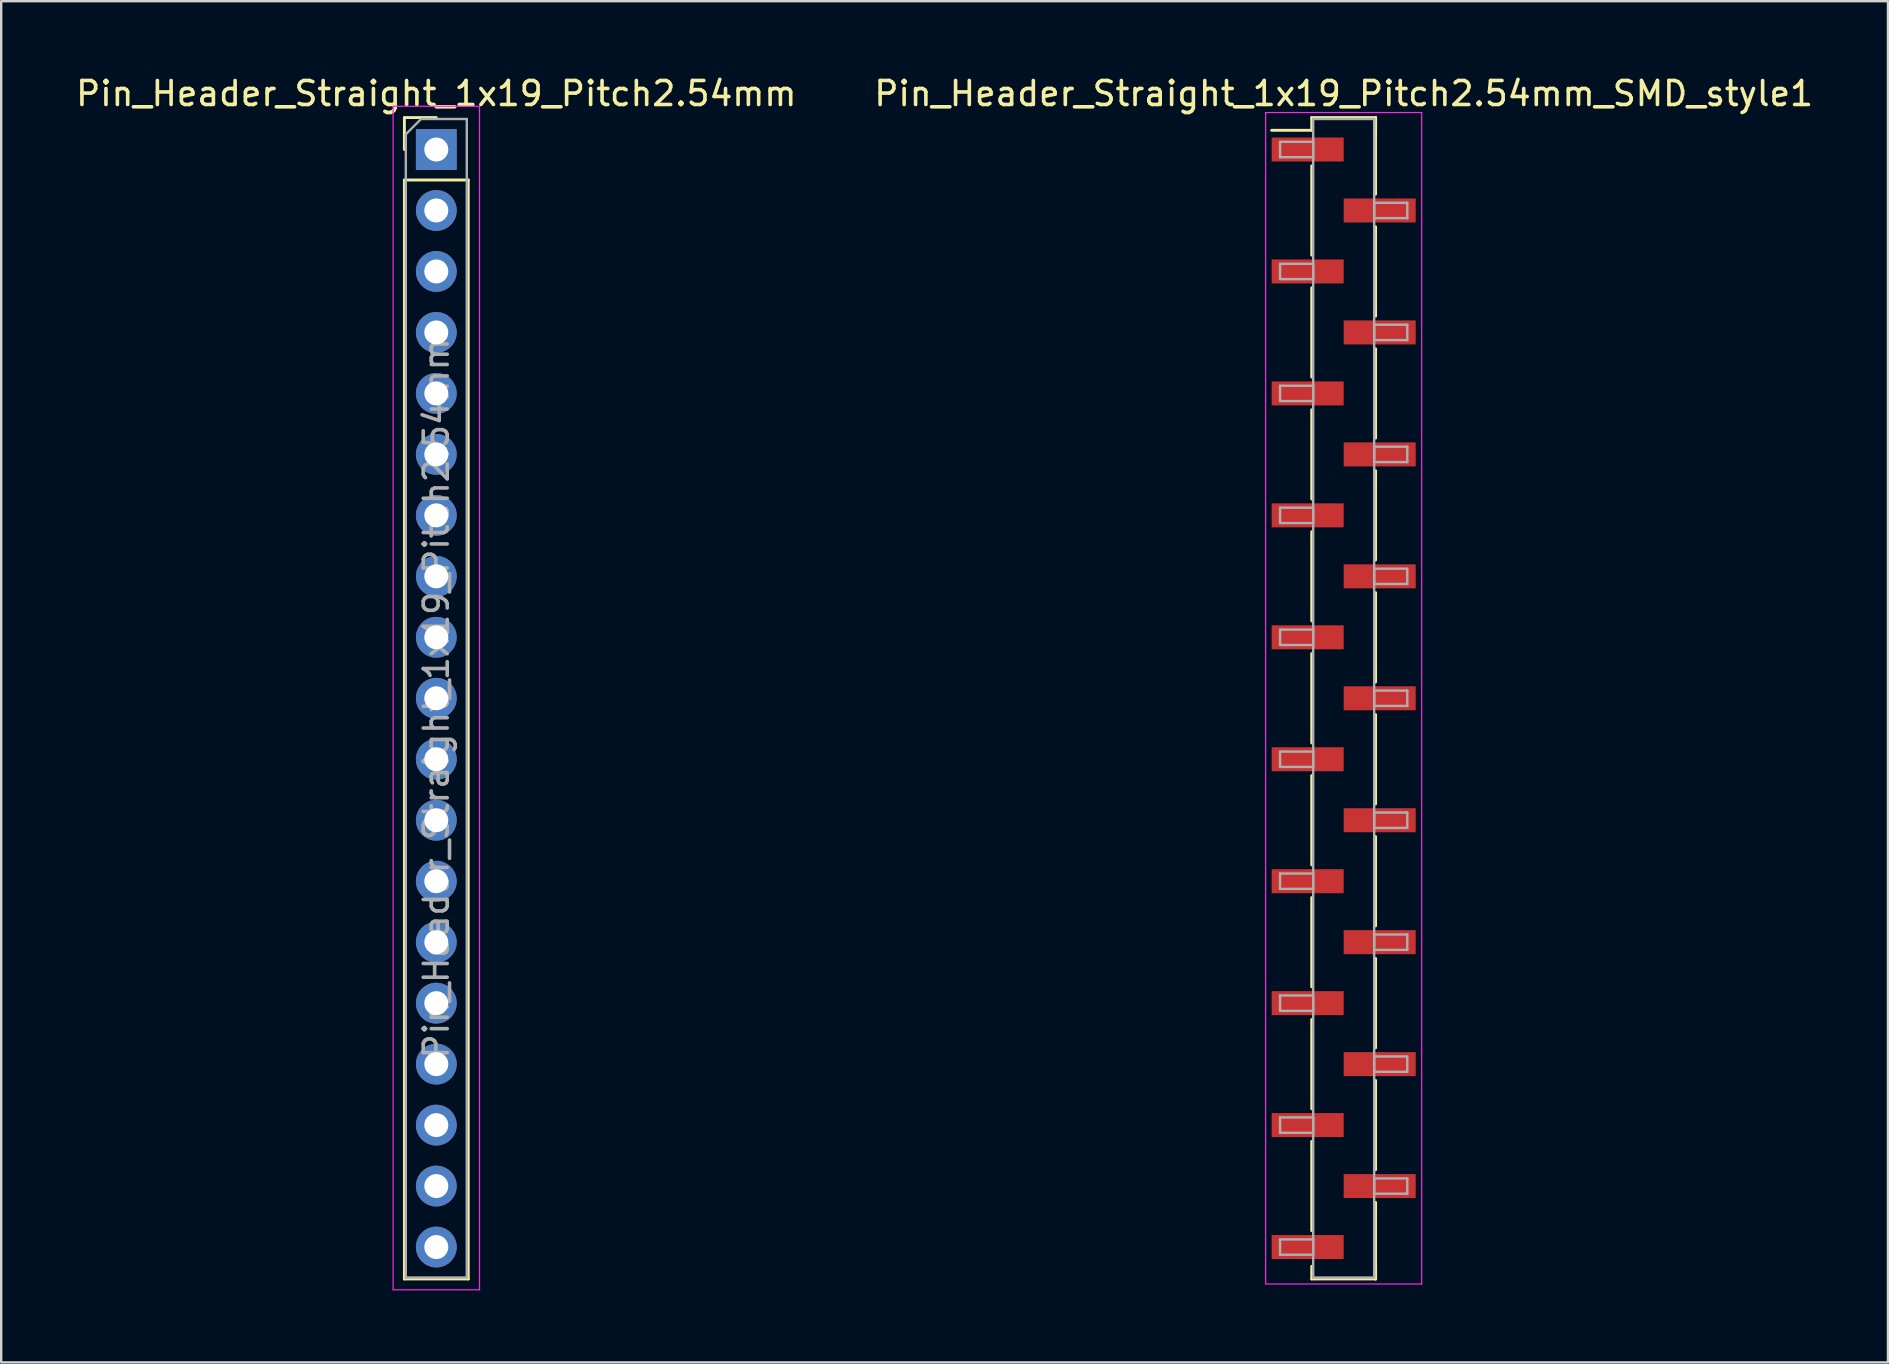
<source format=kicad_pcb>
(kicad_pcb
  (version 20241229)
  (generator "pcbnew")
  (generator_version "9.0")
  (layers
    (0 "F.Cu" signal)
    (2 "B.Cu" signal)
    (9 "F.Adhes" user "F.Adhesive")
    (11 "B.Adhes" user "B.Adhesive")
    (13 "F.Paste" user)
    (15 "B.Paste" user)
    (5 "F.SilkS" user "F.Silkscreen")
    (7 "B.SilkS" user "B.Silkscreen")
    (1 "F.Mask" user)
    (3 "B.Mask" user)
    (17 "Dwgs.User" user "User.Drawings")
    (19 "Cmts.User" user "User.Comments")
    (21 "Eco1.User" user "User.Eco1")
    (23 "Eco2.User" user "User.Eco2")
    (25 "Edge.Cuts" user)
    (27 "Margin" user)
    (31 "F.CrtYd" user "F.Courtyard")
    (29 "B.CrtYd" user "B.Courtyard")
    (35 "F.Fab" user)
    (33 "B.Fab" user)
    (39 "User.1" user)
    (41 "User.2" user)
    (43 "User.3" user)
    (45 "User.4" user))
  (footprint "Pin_Header_Straight_1x19_Pitch2.54mm_SMD_style1"
    (layer "F.Cu")
    (at 52.923 26.038)
    (property "Reference" "Pin_Header_Straight_1x19_Pitch2.54mm_SMD_style1" (at 0 -25.19 0) (layer "F.SilkS") (effects (font (size 1 1) (thickness 0.15))))
    (attr smd)
    (fp_line (start -1.33 -24.19) (end 1.33 -24.19) (stroke (width 0.12) (type solid)) (layer "F.SilkS"))
    (fp_line (start -1.33 -23.66) (end -3 -23.66) (stroke (width 0.12) (type solid)) (layer "F.SilkS"))
    (fp_line (start -1.33 -23.66) (end -1.33 -24.19) (stroke (width 0.12) (type solid)) (layer "F.SilkS"))
    (fp_line (start -1.33 -22.18) (end -1.33 -18.46) (stroke (width 0.12) (type solid)) (layer "F.SilkS"))
    (fp_line (start -1.33 -17.1) (end -1.33 -13.38) (stroke (width 0.12) (type solid)) (layer "F.SilkS"))
    (fp_line (start -1.33 -12.02) (end -1.33 -8.3) (stroke (width 0.12) (type solid)) (layer "F.SilkS"))
    (fp_line (start -1.33 -6.94) (end -1.33 -3.22) (stroke (width 0.12) (type solid)) (layer "F.SilkS"))
    (fp_line (start -1.33 -1.86) (end -1.33 1.86) (stroke (width 0.12) (type solid)) (layer "F.SilkS"))
    (fp_line (start -1.33 3.22) (end -1.33 6.94) (stroke (width 0.12) (type solid)) (layer "F.SilkS"))
    (fp_line (start -1.33 8.3) (end -1.33 12.02) (stroke (width 0.12) (type solid)) (layer "F.SilkS"))
    (fp_line (start -1.33 13.38) (end -1.33 17.1) (stroke (width 0.12) (type solid)) (layer "F.SilkS"))
    (fp_line (start -1.33 18.46) (end -1.33 22.18) (stroke (width 0.12) (type solid)) (layer "F.SilkS"))
    (fp_line (start -1.33 23.66) (end -1.33 24.19) (stroke (width 0.12) (type solid)) (layer "F.SilkS"))
    (fp_line (start -1.33 24.19) (end 1.33 24.19) (stroke (width 0.12) (type solid)) (layer "F.SilkS"))
    (fp_line (start 1.33 -24.19) (end 1.33 -23.66) (stroke (width 0.12) (type solid)) (layer "F.SilkS"))
    (fp_line (start 1.33 -24.19) (end 1.33 -21) (stroke (width 0.12) (type solid)) (layer "F.SilkS"))
    (fp_line (start 1.33 -19.64) (end 1.33 -15.92) (stroke (width 0.12) (type solid)) (layer "F.SilkS"))
    (fp_line (start 1.33 -14.56) (end 1.33 -10.84) (stroke (width 0.12) (type solid)) (layer "F.SilkS"))
    (fp_line (start 1.33 -9.48) (end 1.33 -5.76) (stroke (width 0.12) (type solid)) (layer "F.SilkS"))
    (fp_line (start 1.33 -4.4) (end 1.33 -0.68) (stroke (width 0.12) (type solid)) (layer "F.SilkS"))
    (fp_line (start 1.33 0.68) (end 1.33 4.4) (stroke (width 0.12) (type solid)) (layer "F.SilkS"))
    (fp_line (start 1.33 5.76) (end 1.33 9.48) (stroke (width 0.12) (type solid)) (layer "F.SilkS"))
    (fp_line (start 1.33 10.84) (end 1.33 14.56) (stroke (width 0.12) (type solid)) (layer "F.SilkS"))
    (fp_line (start 1.33 15.92) (end 1.33 19.64) (stroke (width 0.12) (type solid)) (layer "F.SilkS"))
    (fp_line (start 1.33 21) (end 1.33 24.19) (stroke (width 0.12) (type solid)) (layer "F.SilkS"))
    (fp_line (start 1.33 24.19) (end 1.33 23.66) (stroke (width 0.12) (type solid)) (layer "F.SilkS"))
    (fp_line (start -3.25 -24.4) (end -3.25 24.4) (stroke (width 0.05) (type solid)) (layer "F.CrtYd"))
    (fp_line (start -3.25 24.4) (end 3.25 24.4) (stroke (width 0.05) (type solid)) (layer "F.CrtYd"))
    (fp_line (start 3.25 -24.4) (end -3.25 -24.4) (stroke (width 0.05) (type solid)) (layer "F.CrtYd"))
    (fp_line (start 3.25 24.4) (end 3.25 -24.4) (stroke (width 0.05) (type solid)) (layer "F.CrtYd"))
    (fp_line (start -2.65 -23.18) (end -1.27 -23.18) (stroke (width 0.1) (type solid)) (layer "F.Fab"))
    (fp_line (start -2.65 -22.54) (end -2.65 -23.18) (stroke (width 0.1) (type solid)) (layer "F.Fab"))
    (fp_line (start -2.65 -18.1) (end -1.27 -18.1) (stroke (width 0.1) (type solid)) (layer "F.Fab"))
    (fp_line (start -2.65 -17.46) (end -2.65 -18.1) (stroke (width 0.1) (type solid)) (layer "F.Fab"))
    (fp_line (start -2.65 -13.02) (end -1.27 -13.02) (stroke (width 0.1) (type solid)) (layer "F.Fab"))
    (fp_line (start -2.65 -12.38) (end -2.65 -13.02) (stroke (width 0.1) (type solid)) (layer "F.Fab"))
    (fp_line (start -2.65 -7.94) (end -1.27 -7.94) (stroke (width 0.1) (type solid)) (layer "F.Fab"))
    (fp_line (start -2.65 -7.3) (end -2.65 -7.94) (stroke (width 0.1) (type solid)) (layer "F.Fab"))
    (fp_line (start -2.65 -2.86) (end -1.27 -2.86) (stroke (width 0.1) (type solid)) (layer "F.Fab"))
    (fp_line (start -2.65 -2.22) (end -2.65 -2.86) (stroke (width 0.1) (type solid)) (layer "F.Fab"))
    (fp_line (start -2.65 2.22) (end -1.27 2.22) (stroke (width 0.1) (type solid)) (layer "F.Fab"))
    (fp_line (start -2.65 2.86) (end -2.65 2.22) (stroke (width 0.1) (type solid)) (layer "F.Fab"))
    (fp_line (start -2.65 7.3) (end -1.27 7.3) (stroke (width 0.1) (type solid)) (layer "F.Fab"))
    (fp_line (start -2.65 7.94) (end -2.65 7.3) (stroke (width 0.1) (type solid)) (layer "F.Fab"))
    (fp_line (start -2.65 12.38) (end -1.27 12.38) (stroke (width 0.1) (type solid)) (layer "F.Fab"))
    (fp_line (start -2.65 13.02) (end -2.65 12.38) (stroke (width 0.1) (type solid)) (layer "F.Fab"))
    (fp_line (start -2.65 17.46) (end -1.27 17.46) (stroke (width 0.1) (type solid)) (layer "F.Fab"))
    (fp_line (start -2.65 18.1) (end -2.65 17.46) (stroke (width 0.1) (type solid)) (layer "F.Fab"))
    (fp_line (start -2.65 22.54) (end -1.27 22.54) (stroke (width 0.1) (type solid)) (layer "F.Fab"))
    (fp_line (start -2.65 23.18) (end -2.65 22.54) (stroke (width 0.1) (type solid)) (layer "F.Fab"))
    (fp_line (start -1.27 -24.13) (end -1.27 24.13) (stroke (width 0.1) (type solid)) (layer "F.Fab"))
    (fp_line (start -1.27 -23.18) (end -1.27 -22.54) (stroke (width 0.1) (type solid)) (layer "F.Fab"))
    (fp_line (start -1.27 -22.54) (end -2.65 -22.54) (stroke (width 0.1) (type solid)) (layer "F.Fab"))
    (fp_line (start -1.27 -18.1) (end -1.27 -17.46) (stroke (width 0.1) (type solid)) (layer "F.Fab"))
    (fp_line (start -1.27 -17.46) (end -2.65 -17.46) (stroke (width 0.1) (type solid)) (layer "F.Fab"))
    (fp_line (start -1.27 -13.02) (end -1.27 -12.38) (stroke (width 0.1) (type solid)) (layer "F.Fab"))
    (fp_line (start -1.27 -12.38) (end -2.65 -12.38) (stroke (width 0.1) (type solid)) (layer "F.Fab"))
    (fp_line (start -1.27 -7.94) (end -1.27 -7.3) (stroke (width 0.1) (type solid)) (layer "F.Fab"))
    (fp_line (start -1.27 -7.3) (end -2.65 -7.3) (stroke (width 0.1) (type solid)) (layer "F.Fab"))
    (fp_line (start -1.27 -2.86) (end -1.27 -2.22) (stroke (width 0.1) (type solid)) (layer "F.Fab"))
    (fp_line (start -1.27 -2.22) (end -2.65 -2.22) (stroke (width 0.1) (type solid)) (layer "F.Fab"))
    (fp_line (start -1.27 2.22) (end -1.27 2.86) (stroke (width 0.1) (type solid)) (layer "F.Fab"))
    (fp_line (start -1.27 2.86) (end -2.65 2.86) (stroke (width 0.1) (type solid)) (layer "F.Fab"))
    (fp_line (start -1.27 7.3) (end -1.27 7.94) (stroke (width 0.1) (type solid)) (layer "F.Fab"))
    (fp_line (start -1.27 7.94) (end -2.65 7.94) (stroke (width 0.1) (type solid)) (layer "F.Fab"))
    (fp_line (start -1.27 12.38) (end -1.27 13.02) (stroke (width 0.1) (type solid)) (layer "F.Fab"))
    (fp_line (start -1.27 13.02) (end -2.65 13.02) (stroke (width 0.1) (type solid)) (layer "F.Fab"))
    (fp_line (start -1.27 17.46) (end -1.27 18.1) (stroke (width 0.1) (type solid)) (layer "F.Fab"))
    (fp_line (start -1.27 18.1) (end -2.65 18.1) (stroke (width 0.1) (type solid)) (layer "F.Fab"))
    (fp_line (start -1.27 22.54) (end -1.27 23.18) (stroke (width 0.1) (type solid)) (layer "F.Fab"))
    (fp_line (start -1.27 23.18) (end -2.65 23.18) (stroke (width 0.1) (type solid)) (layer "F.Fab"))
    (fp_line (start -1.27 24.13) (end 1.27 24.13) (stroke (width 0.1) (type solid)) (layer "F.Fab"))
    (fp_line (start 1.27 -24.13) (end -1.27 -24.13) (stroke (width 0.1) (type solid)) (layer "F.Fab"))
    (fp_line (start 1.27 -20.64) (end 1.27 -20) (stroke (width 0.1) (type solid)) (layer "F.Fab"))
    (fp_line (start 1.27 -20) (end 2.65 -20) (stroke (width 0.1) (type solid)) (layer "F.Fab"))
    (fp_line (start 1.27 -15.56) (end 1.27 -14.92) (stroke (width 0.1) (type solid)) (layer "F.Fab"))
    (fp_line (start 1.27 -14.92) (end 2.65 -14.92) (stroke (width 0.1) (type solid)) (layer "F.Fab"))
    (fp_line (start 1.27 -10.48) (end 1.27 -9.84) (stroke (width 0.1) (type solid)) (layer "F.Fab"))
    (fp_line (start 1.27 -9.84) (end 2.65 -9.84) (stroke (width 0.1) (type solid)) (layer "F.Fab"))
    (fp_line (start 1.27 -5.4) (end 1.27 -4.76) (stroke (width 0.1) (type solid)) (layer "F.Fab"))
    (fp_line (start 1.27 -4.76) (end 2.65 -4.76) (stroke (width 0.1) (type solid)) (layer "F.Fab"))
    (fp_line (start 1.27 -0.32) (end 1.27 0.32) (stroke (width 0.1) (type solid)) (layer "F.Fab"))
    (fp_line (start 1.27 0.32) (end 2.65 0.32) (stroke (width 0.1) (type solid)) (layer "F.Fab"))
    (fp_line (start 1.27 4.76) (end 1.27 5.4) (stroke (width 0.1) (type solid)) (layer "F.Fab"))
    (fp_line (start 1.27 5.4) (end 2.65 5.4) (stroke (width 0.1) (type solid)) (layer "F.Fab"))
    (fp_line (start 1.27 9.84) (end 1.27 10.48) (stroke (width 0.1) (type solid)) (layer "F.Fab"))
    (fp_line (start 1.27 10.48) (end 2.65 10.48) (stroke (width 0.1) (type solid)) (layer "F.Fab"))
    (fp_line (start 1.27 14.92) (end 1.27 15.56) (stroke (width 0.1) (type solid)) (layer "F.Fab"))
    (fp_line (start 1.27 15.56) (end 2.65 15.56) (stroke (width 0.1) (type solid)) (layer "F.Fab"))
    (fp_line (start 1.27 20) (end 1.27 20.64) (stroke (width 0.1) (type solid)) (layer "F.Fab"))
    (fp_line (start 1.27 20.64) (end 2.65 20.64) (stroke (width 0.1) (type solid)) (layer "F.Fab"))
    (fp_line (start 1.27 24.13) (end 1.27 -24.13) (stroke (width 0.1) (type solid)) (layer "F.Fab"))
    (fp_line (start 2.65 -20.64) (end 1.27 -20.64) (stroke (width 0.1) (type solid)) (layer "F.Fab"))
    (fp_line (start 2.65 -20) (end 2.65 -20.64) (stroke (width 0.1) (type solid)) (layer "F.Fab"))
    (fp_line (start 2.65 -15.56) (end 1.27 -15.56) (stroke (width 0.1) (type solid)) (layer "F.Fab"))
    (fp_line (start 2.65 -14.92) (end 2.65 -15.56) (stroke (width 0.1) (type solid)) (layer "F.Fab"))
    (fp_line (start 2.65 -10.48) (end 1.27 -10.48) (stroke (width 0.1) (type solid)) (layer "F.Fab"))
    (fp_line (start 2.65 -9.84) (end 2.65 -10.48) (stroke (width 0.1) (type solid)) (layer "F.Fab"))
    (fp_line (start 2.65 -5.4) (end 1.27 -5.4) (stroke (width 0.1) (type solid)) (layer "F.Fab"))
    (fp_line (start 2.65 -4.76) (end 2.65 -5.4) (stroke (width 0.1) (type solid)) (layer "F.Fab"))
    (fp_line (start 2.65 -0.32) (end 1.27 -0.32) (stroke (width 0.1) (type solid)) (layer "F.Fab"))
    (fp_line (start 2.65 0.32) (end 2.65 -0.32) (stroke (width 0.1) (type solid)) (layer "F.Fab"))
    (fp_line (start 2.65 4.76) (end 1.27 4.76) (stroke (width 0.1) (type solid)) (layer "F.Fab"))
    (fp_line (start 2.65 5.4) (end 2.65 4.76) (stroke (width 0.1) (type solid)) (layer "F.Fab"))
    (fp_line (start 2.65 9.84) (end 1.27 9.84) (stroke (width 0.1) (type solid)) (layer "F.Fab"))
    (fp_line (start 2.65 10.48) (end 2.65 9.84) (stroke (width 0.1) (type solid)) (layer "F.Fab"))
    (fp_line (start 2.65 14.92) (end 1.27 14.92) (stroke (width 0.1) (type solid)) (layer "F.Fab"))
    (fp_line (start 2.65 15.56) (end 2.65 14.92) (stroke (width 0.1) (type solid)) (layer "F.Fab"))
    (fp_line (start 2.65 20) (end 1.27 20) (stroke (width 0.1) (type solid)) (layer "F.Fab"))
    (fp_line (start 2.65 20.64) (end 2.65 20) (stroke (width 0.1) (type solid)) (layer "F.Fab"))
    (pad "1" smd rect (at -1.5 -22.86) (size 3 1) (layers "F.Cu" "F.Mask"))
    (pad "2" smd rect (at 1.5 -20.32) (size 3 1) (layers "F.Cu" "F.Mask"))
    (pad "3" smd rect (at -1.5 -17.78) (size 3 1) (layers "F.Cu" "F.Mask"))
    (pad "4" smd rect (at 1.5 -15.24) (size 3 1) (layers "F.Cu" "F.Mask"))
    (pad "5" smd rect (at -1.5 -12.7) (size 3 1) (layers "F.Cu" "F.Mask"))
    (pad "6" smd rect (at 1.5 -10.16) (size 3 1) (layers "F.Cu" "F.Mask"))
    (pad "7" smd rect (at -1.5 -7.62) (size 3 1) (layers "F.Cu" "F.Mask"))
    (pad "8" smd rect (at 1.5 -5.08) (size 3 1) (layers "F.Cu" "F.Mask"))
    (pad "9" smd rect (at -1.5 -2.54) (size 3 1) (layers "F.Cu" "F.Mask"))
    (pad "10" smd rect (at 1.5 0) (size 3 1) (layers "F.Cu" "F.Mask"))
    (pad "11" smd rect (at -1.5 2.54) (size 3 1) (layers "F.Cu" "F.Mask"))
    (pad "12" smd rect (at 1.5 5.08) (size 3 1) (layers "F.Cu" "F.Mask"))
    (pad "13" smd rect (at -1.5 7.62) (size 3 1) (layers "F.Cu" "F.Mask"))
    (pad "14" smd rect (at 1.5 10.16) (size 3 1) (layers "F.Cu" "F.Mask"))
    (pad "15" smd rect (at -1.5 12.7) (size 3 1) (layers "F.Cu" "F.Mask"))
    (pad "16" smd rect (at 1.5 15.24) (size 3 1) (layers "F.Cu" "F.Mask"))
    (pad "17" smd rect (at -1.5 17.78) (size 3 1) (layers "F.Cu" "F.Mask"))
    (pad "18" smd rect (at 1.5 20.32) (size 3 1) (layers "F.Cu" "F.Mask"))
    (pad "19" smd rect (at -1.5 22.86) (size 3 1) (layers "F.Cu" "F.Mask")))
  (footprint "Pin_Header_Straight_1x19_Pitch2.54mm"
    (layer "F.Cu")
    (at 15.125 3.178)
    (property "Reference" "Pin_Header_Straight_1x19_Pitch2.54mm" (at 0 -2.33 0) (layer "F.SilkS") (effects (font (size 1 1) (thickness 0.15))))
    (attr through_hole)
    (fp_line (start -1.33 -1.33) (end 0 -1.33) (stroke (width 0.12) (type solid)) (layer "F.SilkS"))
    (fp_line (start -1.33 0) (end -1.33 -1.33) (stroke (width 0.12) (type solid)) (layer "F.SilkS"))
    (fp_line (start -1.33 1.27) (end -1.33 47.05) (stroke (width 0.12) (type solid)) (layer "F.SilkS"))
    (fp_line (start -1.33 47.05) (end 1.33 47.05) (stroke (width 0.12) (type solid)) (layer "F.SilkS"))
    (fp_line (start 1.33 1.27) (end -1.33 1.27) (stroke (width 0.12) (type solid)) (layer "F.SilkS"))
    (fp_line (start 1.33 47.05) (end 1.33 1.27) (stroke (width 0.12) (type solid)) (layer "F.SilkS"))
    (fp_line (start -1.8 -1.8) (end -1.8 47.5) (stroke (width 0.05) (type solid)) (layer "F.CrtYd"))
    (fp_line (start -1.8 47.5) (end 1.8 47.5) (stroke (width 0.05) (type solid)) (layer "F.CrtYd"))
    (fp_line (start 1.8 -1.8) (end -1.8 -1.8) (stroke (width 0.05) (type solid)) (layer "F.CrtYd"))
    (fp_line (start 1.8 47.5) (end 1.8 -1.8) (stroke (width 0.05) (type solid)) (layer "F.CrtYd"))
    (fp_line (start -1.27 -0.635) (end -0.635 -1.27) (stroke (width 0.1) (type solid)) (layer "F.Fab"))
    (fp_line (start -1.27 46.99) (end -1.27 -0.635) (stroke (width 0.1) (type solid)) (layer "F.Fab"))
    (fp_line (start -0.635 -1.27) (end 1.27 -1.27) (stroke (width 0.1) (type solid)) (layer "F.Fab"))
    (fp_line (start 1.27 -1.27) (end 1.27 46.99) (stroke (width 0.1) (type solid)) (layer "F.Fab"))
    (fp_line (start 1.27 46.99) (end -1.27 46.99) (stroke (width 0.1) (type solid)) (layer "F.Fab"))
    (fp_text user "${REFERENCE}" (at 0 22.86 90) (layer "F.Fab") (effects (font (size 1 1) (thickness 0.15))))
    (pad "1" thru_hole rect (at 0 0) (size 1.7 1.7) (drill 1) (layers "*.Cu" "*.Mask"))
    (pad "2" thru_hole oval (at 0 2.54) (size 1.7 1.7) (drill 1) (layers "*.Cu" "*.Mask"))
    (pad "3" thru_hole oval (at 0 5.08) (size 1.7 1.7) (drill 1) (layers "*.Cu" "*.Mask"))
    (pad "4" thru_hole oval (at 0 7.62) (size 1.7 1.7) (drill 1) (layers "*.Cu" "*.Mask"))
    (pad "5" thru_hole oval (at 0 10.16) (size 1.7 1.7) (drill 1) (layers "*.Cu" "*.Mask"))
    (pad "6" thru_hole oval (at 0 12.7) (size 1.7 1.7) (drill 1) (layers "*.Cu" "*.Mask"))
    (pad "7" thru_hole oval (at 0 15.24) (size 1.7 1.7) (drill 1) (layers "*.Cu" "*.Mask"))
    (pad "8" thru_hole oval (at 0 17.78) (size 1.7 1.7) (drill 1) (layers "*.Cu" "*.Mask"))
    (pad "9" thru_hole oval (at 0 20.32) (size 1.7 1.7) (drill 1) (layers "*.Cu" "*.Mask"))
    (pad "10" thru_hole oval (at 0 22.86) (size 1.7 1.7) (drill 1) (layers "*.Cu" "*.Mask"))
    (pad "11" thru_hole oval (at 0 25.4) (size 1.7 1.7) (drill 1) (layers "*.Cu" "*.Mask"))
    (pad "12" thru_hole oval (at 0 27.94) (size 1.7 1.7) (drill 1) (layers "*.Cu" "*.Mask"))
    (pad "13" thru_hole oval (at 0 30.48) (size 1.7 1.7) (drill 1) (layers "*.Cu" "*.Mask"))
    (pad "14" thru_hole oval (at 0 33.02) (size 1.7 1.7) (drill 1) (layers "*.Cu" "*.Mask"))
    (pad "15" thru_hole oval (at 0 35.56) (size 1.7 1.7) (drill 1) (layers "*.Cu" "*.Mask"))
    (pad "16" thru_hole oval (at 0 38.1) (size 1.7 1.7) (drill 1) (layers "*.Cu" "*.Mask"))
    (pad "17" thru_hole oval (at 0 40.64) (size 1.7 1.7) (drill 1) (layers "*.Cu" "*.Mask"))
    (pad "18" thru_hole oval (at 0 43.18) (size 1.7 1.7) (drill 1) (layers "*.Cu" "*.Mask"))
    (pad "19" thru_hole oval (at 0 45.72) (size 1.7 1.7) (drill 1) (layers "*.Cu" "*.Mask")))
  (gr_rect
    (start -3 -3)
    (end 75.595 53.703)
    (stroke (width 0.1) (type default))
    (fill no)
    (layer "Edge.Cuts")))
</source>
